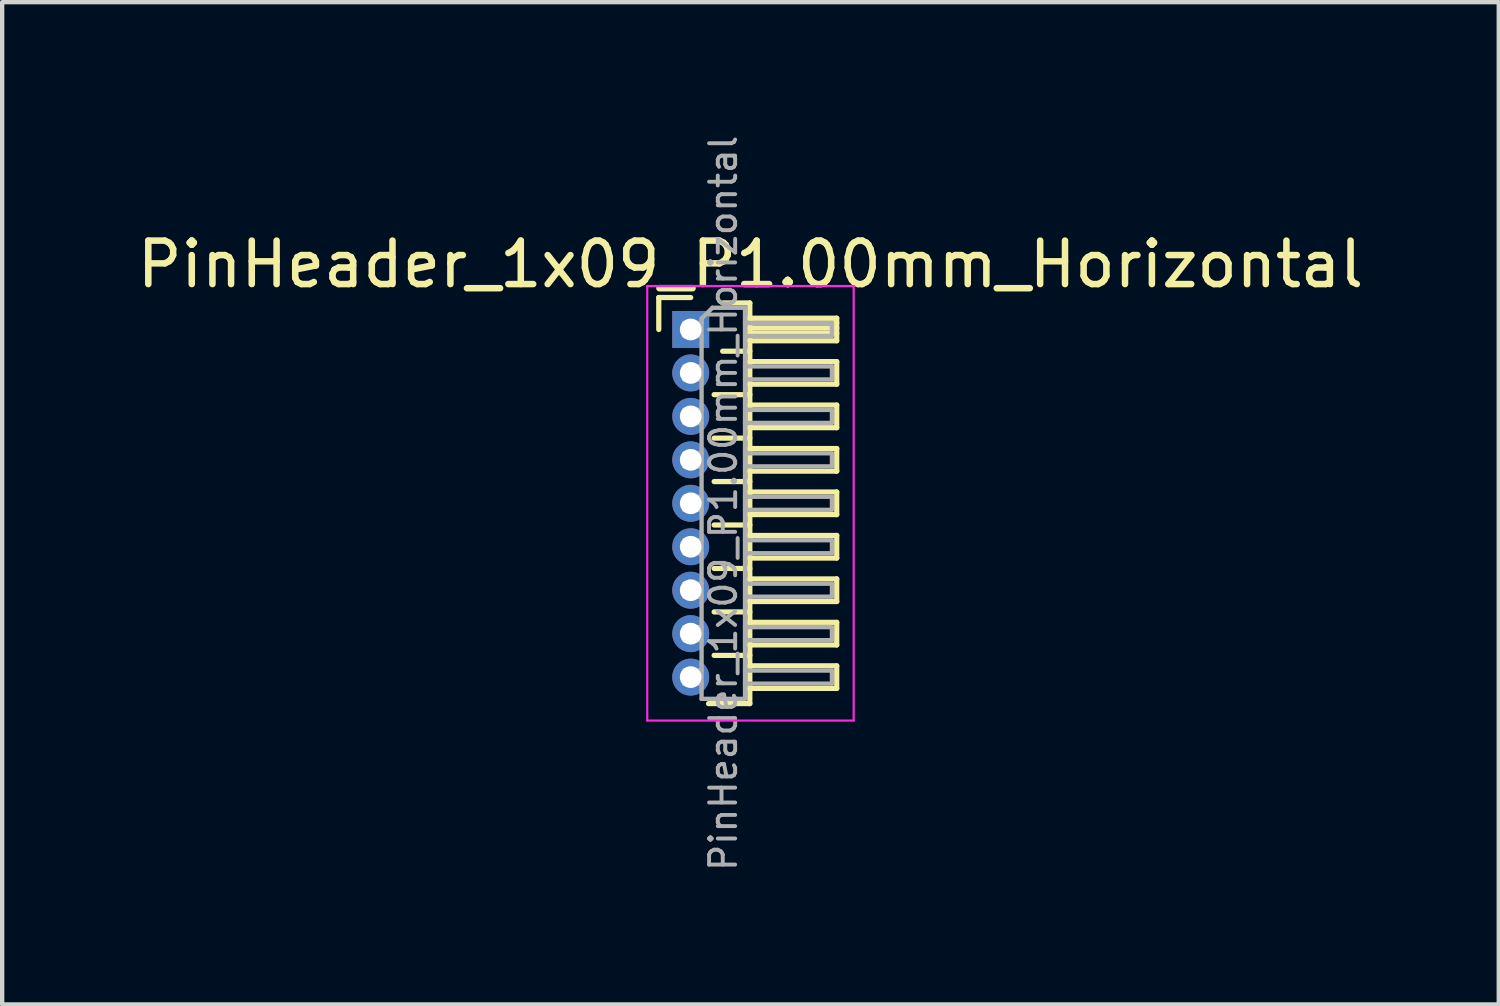
<source format=kicad_pcb>
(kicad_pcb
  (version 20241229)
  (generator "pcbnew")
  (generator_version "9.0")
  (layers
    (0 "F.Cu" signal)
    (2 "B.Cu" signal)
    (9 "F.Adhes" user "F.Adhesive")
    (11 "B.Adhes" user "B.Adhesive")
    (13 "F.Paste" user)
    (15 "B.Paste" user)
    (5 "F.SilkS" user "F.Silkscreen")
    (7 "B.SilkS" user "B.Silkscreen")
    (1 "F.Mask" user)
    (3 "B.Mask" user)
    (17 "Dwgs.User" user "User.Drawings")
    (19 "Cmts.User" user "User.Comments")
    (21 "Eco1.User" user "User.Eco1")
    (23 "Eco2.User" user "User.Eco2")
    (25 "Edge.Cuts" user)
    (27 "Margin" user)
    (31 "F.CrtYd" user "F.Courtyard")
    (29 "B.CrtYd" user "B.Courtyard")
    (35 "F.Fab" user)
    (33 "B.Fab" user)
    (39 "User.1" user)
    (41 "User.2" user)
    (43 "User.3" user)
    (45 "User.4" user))
  (footprint "PinHeader_1x09_P1.00mm_Horizontal"
    (layer "F.Cu")
    (at 12.845 4.532)
    (property "Reference" "PinHeader_1x09_P1.00mm_Horizontal" (at 1.375 -1.5 0) (layer "F.SilkS") (effects (font (size 1 1) (thickness 0.15))))
    (attr through_hole)
    (fp_line (start -0.735 -0.735) (end 0 -0.735) (stroke (width 0.12) (type solid)) (layer "F.SilkS"))
    (fp_line (start -0.735 0) (end -0.735 -0.735) (stroke (width 0.12) (type solid)) (layer "F.SilkS"))
    (fp_line (start 0.539 1.5) (end 1.36 1.5) (stroke (width 0.12) (type solid)) (layer "F.SilkS"))
    (fp_line (start 0.539 2.5) (end 1.36 2.5) (stroke (width 0.12) (type solid)) (layer "F.SilkS"))
    (fp_line (start 0.539 3.5) (end 1.36 3.5) (stroke (width 0.12) (type solid)) (layer "F.SilkS"))
    (fp_line (start 0.539 4.5) (end 1.36 4.5) (stroke (width 0.12) (type solid)) (layer "F.SilkS"))
    (fp_line (start 0.539 5.5) (end 1.36 5.5) (stroke (width 0.12) (type solid)) (layer "F.SilkS"))
    (fp_line (start 0.539 6.5) (end 1.36 6.5) (stroke (width 0.12) (type solid)) (layer "F.SilkS"))
    (fp_line (start 0.539 7.5) (end 1.36 7.5) (stroke (width 0.12) (type solid)) (layer "F.SilkS"))
    (fp_line (start 0.735 -0.61) (end 1.36 -0.61) (stroke (width 0.12) (type solid)) (layer "F.SilkS"))
    (fp_line (start 0.735 0.5) (end 1.36 0.5) (stroke (width 0.12) (type solid)) (layer "F.SilkS"))
    (fp_line (start 1.36 -0.61) (end 1.36 8.61) (stroke (width 0.12) (type solid)) (layer "F.SilkS"))
    (fp_line (start 1.36 -0.26) (end 3.36 -0.26) (stroke (width 0.12) (type solid)) (layer "F.SilkS"))
    (fp_line (start 1.36 -0.15) (end 3.36 -0.15) (stroke (width 0.12) (type solid)) (layer "F.SilkS"))
    (fp_line (start 1.36 -0.03) (end 3.36 -0.03) (stroke (width 0.12) (type solid)) (layer "F.SilkS"))
    (fp_line (start 1.36 0.09) (end 3.36 0.09) (stroke (width 0.12) (type solid)) (layer "F.SilkS"))
    (fp_line (start 1.36 0.74) (end 3.36 0.74) (stroke (width 0.12) (type solid)) (layer "F.SilkS"))
    (fp_line (start 1.36 1.74) (end 3.36 1.74) (stroke (width 0.12) (type solid)) (layer "F.SilkS"))
    (fp_line (start 1.36 2.74) (end 3.36 2.74) (stroke (width 0.12) (type solid)) (layer "F.SilkS"))
    (fp_line (start 1.36 3.74) (end 3.36 3.74) (stroke (width 0.12) (type solid)) (layer "F.SilkS"))
    (fp_line (start 1.36 4.74) (end 3.36 4.74) (stroke (width 0.12) (type solid)) (layer "F.SilkS"))
    (fp_line (start 1.36 5.74) (end 3.36 5.74) (stroke (width 0.12) (type solid)) (layer "F.SilkS"))
    (fp_line (start 1.36 6.74) (end 3.36 6.74) (stroke (width 0.12) (type solid)) (layer "F.SilkS"))
    (fp_line (start 1.36 7.74) (end 3.36 7.74) (stroke (width 0.12) (type solid)) (layer "F.SilkS"))
    (fp_line (start 1.36 8.61) (end 0.41 8.61) (stroke (width 0.12) (type solid)) (layer "F.SilkS"))
    (fp_line (start 3.36 -0.26) (end 3.36 0.26) (stroke (width 0.12) (type solid)) (layer "F.SilkS"))
    (fp_line (start 3.36 0.26) (end 1.36 0.26) (stroke (width 0.12) (type solid)) (layer "F.SilkS"))
    (fp_line (start 3.36 0.74) (end 3.36 1.26) (stroke (width 0.12) (type solid)) (layer "F.SilkS"))
    (fp_line (start 3.36 1.26) (end 1.36 1.26) (stroke (width 0.12) (type solid)) (layer "F.SilkS"))
    (fp_line (start 3.36 1.74) (end 3.36 2.26) (stroke (width 0.12) (type solid)) (layer "F.SilkS"))
    (fp_line (start 3.36 2.26) (end 1.36 2.26) (stroke (width 0.12) (type solid)) (layer "F.SilkS"))
    (fp_line (start 3.36 2.74) (end 3.36 3.26) (stroke (width 0.12) (type solid)) (layer "F.SilkS"))
    (fp_line (start 3.36 3.26) (end 1.36 3.26) (stroke (width 0.12) (type solid)) (layer "F.SilkS"))
    (fp_line (start 3.36 3.74) (end 3.36 4.26) (stroke (width 0.12) (type solid)) (layer "F.SilkS"))
    (fp_line (start 3.36 4.26) (end 1.36 4.26) (stroke (width 0.12) (type solid)) (layer "F.SilkS"))
    (fp_line (start 3.36 4.74) (end 3.36 5.26) (stroke (width 0.12) (type solid)) (layer "F.SilkS"))
    (fp_line (start 3.36 5.26) (end 1.36 5.26) (stroke (width 0.12) (type solid)) (layer "F.SilkS"))
    (fp_line (start 3.36 5.74) (end 3.36 6.26) (stroke (width 0.12) (type solid)) (layer "F.SilkS"))
    (fp_line (start 3.36 6.26) (end 1.36 6.26) (stroke (width 0.12) (type solid)) (layer "F.SilkS"))
    (fp_line (start 3.36 6.74) (end 3.36 7.26) (stroke (width 0.12) (type solid)) (layer "F.SilkS"))
    (fp_line (start 3.36 7.26) (end 1.36 7.26) (stroke (width 0.12) (type solid)) (layer "F.SilkS"))
    (fp_line (start 3.36 7.74) (end 3.36 8.26) (stroke (width 0.12) (type solid)) (layer "F.SilkS"))
    (fp_line (start 3.36 8.26) (end 1.36 8.26) (stroke (width 0.12) (type solid)) (layer "F.SilkS"))
    (fp_line (start -1 -1) (end -1 9) (stroke (width 0.05) (type solid)) (layer "F.CrtYd"))
    (fp_line (start -1 9) (end 3.75 9) (stroke (width 0.05) (type solid)) (layer "F.CrtYd"))
    (fp_line (start 3.75 -1) (end -1 -1) (stroke (width 0.05) (type solid)) (layer "F.CrtYd"))
    (fp_line (start 3.75 9) (end 3.75 -1) (stroke (width 0.05) (type solid)) (layer "F.CrtYd"))
    (fp_line (start -0.15 -0.15) (end -0.15 0.15) (stroke (width 0.1) (type solid)) (layer "F.Fab"))
    (fp_line (start -0.15 -0.15) (end 0.25 -0.15) (stroke (width 0.1) (type solid)) (layer "F.Fab"))
    (fp_line (start -0.15 0.15) (end 0.25 0.15) (stroke (width 0.1) (type solid)) (layer "F.Fab"))
    (fp_line (start -0.15 0.85) (end -0.15 1.15) (stroke (width 0.1) (type solid)) (layer "F.Fab"))
    (fp_line (start -0.15 0.85) (end 0.25 0.85) (stroke (width 0.1) (type solid)) (layer "F.Fab"))
    (fp_line (start -0.15 1.15) (end 0.25 1.15) (stroke (width 0.1) (type solid)) (layer "F.Fab"))
    (fp_line (start -0.15 1.85) (end -0.15 2.15) (stroke (width 0.1) (type solid)) (layer "F.Fab"))
    (fp_line (start -0.15 1.85) (end 0.25 1.85) (stroke (width 0.1) (type solid)) (layer "F.Fab"))
    (fp_line (start -0.15 2.15) (end 0.25 2.15) (stroke (width 0.1) (type solid)) (layer "F.Fab"))
    (fp_line (start -0.15 2.85) (end -0.15 3.15) (stroke (width 0.1) (type solid)) (layer "F.Fab"))
    (fp_line (start -0.15 2.85) (end 0.25 2.85) (stroke (width 0.1) (type solid)) (layer "F.Fab"))
    (fp_line (start -0.15 3.15) (end 0.25 3.15) (stroke (width 0.1) (type solid)) (layer "F.Fab"))
    (fp_line (start -0.15 3.85) (end -0.15 4.15) (stroke (width 0.1) (type solid)) (layer "F.Fab"))
    (fp_line (start -0.15 3.85) (end 0.25 3.85) (stroke (width 0.1) (type solid)) (layer "F.Fab"))
    (fp_line (start -0.15 4.15) (end 0.25 4.15) (stroke (width 0.1) (type solid)) (layer "F.Fab"))
    (fp_line (start -0.15 4.85) (end -0.15 5.15) (stroke (width 0.1) (type solid)) (layer "F.Fab"))
    (fp_line (start -0.15 4.85) (end 0.25 4.85) (stroke (width 0.1) (type solid)) (layer "F.Fab"))
    (fp_line (start -0.15 5.15) (end 0.25 5.15) (stroke (width 0.1) (type solid)) (layer "F.Fab"))
    (fp_line (start -0.15 5.85) (end -0.15 6.15) (stroke (width 0.1) (type solid)) (layer "F.Fab"))
    (fp_line (start -0.15 5.85) (end 0.25 5.85) (stroke (width 0.1) (type solid)) (layer "F.Fab"))
    (fp_line (start -0.15 6.15) (end 0.25 6.15) (stroke (width 0.1) (type solid)) (layer "F.Fab"))
    (fp_line (start -0.15 6.85) (end -0.15 7.15) (stroke (width 0.1) (type solid)) (layer "F.Fab"))
    (fp_line (start -0.15 6.85) (end 0.25 6.85) (stroke (width 0.1) (type solid)) (layer "F.Fab"))
    (fp_line (start -0.15 7.15) (end 0.25 7.15) (stroke (width 0.1) (type solid)) (layer "F.Fab"))
    (fp_line (start -0.15 7.85) (end -0.15 8.15) (stroke (width 0.1) (type solid)) (layer "F.Fab"))
    (fp_line (start -0.15 7.85) (end 0.25 7.85) (stroke (width 0.1) (type solid)) (layer "F.Fab"))
    (fp_line (start -0.15 8.15) (end 0.25 8.15) (stroke (width 0.1) (type solid)) (layer "F.Fab"))
    (fp_line (start 0.25 -0.25) (end 0.5 -0.5) (stroke (width 0.1) (type solid)) (layer "F.Fab"))
    (fp_line (start 0.25 8.5) (end 0.25 -0.25) (stroke (width 0.1) (type solid)) (layer "F.Fab"))
    (fp_line (start 0.5 -0.5) (end 1.25 -0.5) (stroke (width 0.1) (type solid)) (layer "F.Fab"))
    (fp_line (start 1.25 -0.5) (end 1.25 8.5) (stroke (width 0.1) (type solid)) (layer "F.Fab"))
    (fp_line (start 1.25 -0.15) (end 3.25 -0.15) (stroke (width 0.1) (type solid)) (layer "F.Fab"))
    (fp_line (start 1.25 0.15) (end 3.25 0.15) (stroke (width 0.1) (type solid)) (layer "F.Fab"))
    (fp_line (start 1.25 0.85) (end 3.25 0.85) (stroke (width 0.1) (type solid)) (layer "F.Fab"))
    (fp_line (start 1.25 1.15) (end 3.25 1.15) (stroke (width 0.1) (type solid)) (layer "F.Fab"))
    (fp_line (start 1.25 1.85) (end 3.25 1.85) (stroke (width 0.1) (type solid)) (layer "F.Fab"))
    (fp_line (start 1.25 2.15) (end 3.25 2.15) (stroke (width 0.1) (type solid)) (layer "F.Fab"))
    (fp_line (start 1.25 2.85) (end 3.25 2.85) (stroke (width 0.1) (type solid)) (layer "F.Fab"))
    (fp_line (start 1.25 3.15) (end 3.25 3.15) (stroke (width 0.1) (type solid)) (layer "F.Fab"))
    (fp_line (start 1.25 3.85) (end 3.25 3.85) (stroke (width 0.1) (type solid)) (layer "F.Fab"))
    (fp_line (start 1.25 4.15) (end 3.25 4.15) (stroke (width 0.1) (type solid)) (layer "F.Fab"))
    (fp_line (start 1.25 4.85) (end 3.25 4.85) (stroke (width 0.1) (type solid)) (layer "F.Fab"))
    (fp_line (start 1.25 5.15) (end 3.25 5.15) (stroke (width 0.1) (type solid)) (layer "F.Fab"))
    (fp_line (start 1.25 5.85) (end 3.25 5.85) (stroke (width 0.1) (type solid)) (layer "F.Fab"))
    (fp_line (start 1.25 6.15) (end 3.25 6.15) (stroke (width 0.1) (type solid)) (layer "F.Fab"))
    (fp_line (start 1.25 6.85) (end 3.25 6.85) (stroke (width 0.1) (type solid)) (layer "F.Fab"))
    (fp_line (start 1.25 7.15) (end 3.25 7.15) (stroke (width 0.1) (type solid)) (layer "F.Fab"))
    (fp_line (start 1.25 7.85) (end 3.25 7.85) (stroke (width 0.1) (type solid)) (layer "F.Fab"))
    (fp_line (start 1.25 8.15) (end 3.25 8.15) (stroke (width 0.1) (type solid)) (layer "F.Fab"))
    (fp_line (start 1.25 8.5) (end 0.25 8.5) (stroke (width 0.1) (type solid)) (layer "F.Fab"))
    (fp_line (start 3.25 -0.15) (end 3.25 0.15) (stroke (width 0.1) (type solid)) (layer "F.Fab"))
    (fp_line (start 3.25 0.85) (end 3.25 1.15) (stroke (width 0.1) (type solid)) (layer "F.Fab"))
    (fp_line (start 3.25 1.85) (end 3.25 2.15) (stroke (width 0.1) (type solid)) (layer "F.Fab"))
    (fp_line (start 3.25 2.85) (end 3.25 3.15) (stroke (width 0.1) (type solid)) (layer "F.Fab"))
    (fp_line (start 3.25 3.85) (end 3.25 4.15) (stroke (width 0.1) (type solid)) (layer "F.Fab"))
    (fp_line (start 3.25 4.85) (end 3.25 5.15) (stroke (width 0.1) (type solid)) (layer "F.Fab"))
    (fp_line (start 3.25 5.85) (end 3.25 6.15) (stroke (width 0.1) (type solid)) (layer "F.Fab"))
    (fp_line (start 3.25 6.85) (end 3.25 7.15) (stroke (width 0.1) (type solid)) (layer "F.Fab"))
    (fp_line (start 3.25 7.85) (end 3.25 8.15) (stroke (width 0.1) (type solid)) (layer "F.Fab"))
    (fp_text user "${REFERENCE}" (at 0.75 4 90) (layer "F.Fab") (effects (font (size 0.6 0.6) (thickness 0.09))))
    (pad "1" thru_hole rect (at 0 0) (size 0.85 0.85) (drill 0.5) (layers "*.Cu" "*.Mask"))
    (pad "2" thru_hole circle (at 0 1) (size 0.85 0.85) (drill 0.5) (layers "*.Cu" "*.Mask"))
    (pad "3" thru_hole circle (at 0 2) (size 0.85 0.85) (drill 0.5) (layers "*.Cu" "*.Mask"))
    (pad "4" thru_hole circle (at 0 3) (size 0.85 0.85) (drill 0.5) (layers "*.Cu" "*.Mask"))
    (pad "5" thru_hole circle (at 0 4) (size 0.85 0.85) (drill 0.5) (layers "*.Cu" "*.Mask"))
    (pad "6" thru_hole circle (at 0 5) (size 0.85 0.85) (drill 0.5) (layers "*.Cu" "*.Mask"))
    (pad "7" thru_hole circle (at 0 6) (size 0.85 0.85) (drill 0.5) (layers "*.Cu" "*.Mask"))
    (pad "8" thru_hole circle (at 0 7) (size 0.85 0.85) (drill 0.5) (layers "*.Cu" "*.Mask"))
    (pad "9" thru_hole circle (at 0 8) (size 0.85 0.85) (drill 0.5) (layers "*.Cu" "*.Mask")))
  (gr_rect
    (start -3 -3)
    (end 31.44 20.064)
    (stroke (width 0.1) (type default))
    (fill no)
    (layer "Edge.Cuts")))
</source>
